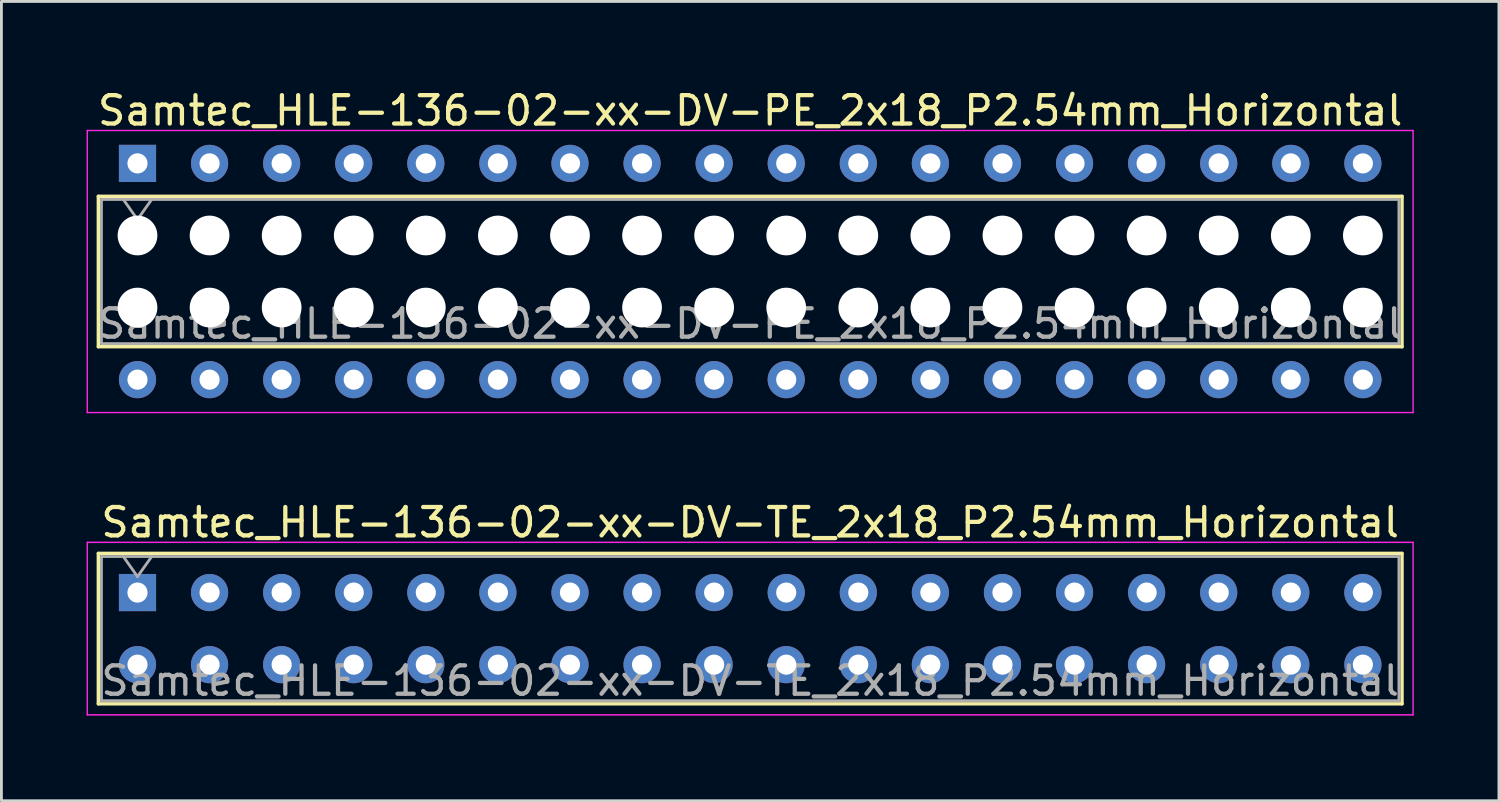
<source format=kicad_pcb>
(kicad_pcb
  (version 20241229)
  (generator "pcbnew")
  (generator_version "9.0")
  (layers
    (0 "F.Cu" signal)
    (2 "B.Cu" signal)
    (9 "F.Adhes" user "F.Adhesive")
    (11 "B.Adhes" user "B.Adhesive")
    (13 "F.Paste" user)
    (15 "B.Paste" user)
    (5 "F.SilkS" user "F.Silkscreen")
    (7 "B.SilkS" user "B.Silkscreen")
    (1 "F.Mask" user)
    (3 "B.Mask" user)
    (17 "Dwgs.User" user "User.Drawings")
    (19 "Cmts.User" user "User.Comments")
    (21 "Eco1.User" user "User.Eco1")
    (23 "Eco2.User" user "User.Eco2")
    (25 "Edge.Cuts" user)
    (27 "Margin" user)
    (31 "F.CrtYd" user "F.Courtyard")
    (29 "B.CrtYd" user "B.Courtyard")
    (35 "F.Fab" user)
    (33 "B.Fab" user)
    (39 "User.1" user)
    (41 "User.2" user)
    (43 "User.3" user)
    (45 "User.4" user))
  (footprint "Samtec_HLE-136-02-xx-DV-PE_2x18_P2.54mm_Horizontal"
    (layer "F.Cu")
    (at 1.795 2.708)
    (property "Reference" "Samtec_HLE-136-02-xx-DV-PE_2x18_P2.54mm_Horizontal" (at 21.59 -1.86 0) (layer "F.SilkS") (effects (font (size 1 1) (thickness 0.15))))
    (attr through_hole)
    (fp_line (start -1.38 1.16) (end 44.56 1.16) (stroke (width 0.12) (type solid)) (layer "F.SilkS"))
    (fp_line (start -1.38 6.46) (end -1.38 1.16) (stroke (width 0.12) (type solid)) (layer "F.SilkS"))
    (fp_line (start 44.56 1.16) (end 44.56 6.46) (stroke (width 0.12) (type solid)) (layer "F.SilkS"))
    (fp_line (start 44.56 6.46) (end -1.38 6.46) (stroke (width 0.12) (type solid)) (layer "F.SilkS"))
    (fp_line (start -1.77 -1.16) (end 44.95 -1.16) (stroke (width 0.05) (type solid)) (layer "F.CrtYd"))
    (fp_line (start -1.77 8.78) (end -1.77 -1.16) (stroke (width 0.05) (type solid)) (layer "F.CrtYd"))
    (fp_line (start 44.95 -1.16) (end 44.95 8.78) (stroke (width 0.05) (type solid)) (layer "F.CrtYd"))
    (fp_line (start 44.95 8.78) (end -1.77 8.78) (stroke (width 0.05) (type solid)) (layer "F.CrtYd"))
    (fp_line (start -1.27 1.27) (end 44.45 1.27) (stroke (width 0.1) (type solid)) (layer "F.Fab"))
    (fp_line (start -1.27 6.35) (end -1.27 1.27) (stroke (width 0.1) (type solid)) (layer "F.Fab"))
    (fp_line (start -0.5 1.27) (end 0 1.977) (stroke (width 0.1) (type solid)) (layer "F.Fab"))
    (fp_line (start 0 1.977) (end 0.5 1.27) (stroke (width 0.1) (type solid)) (layer "F.Fab"))
    (fp_line (start 44.45 1.27) (end 44.45 6.35) (stroke (width 0.1) (type solid)) (layer "F.Fab"))
    (fp_line (start 44.45 6.35) (end -1.27 6.35) (stroke (width 0.1) (type solid)) (layer "F.Fab"))
    (fp_text user "${REFERENCE}" (at 21.59 5.65 0) (layer "F.Fab") (effects (font (size 1 1) (thickness 0.15))))
    (pad "" np_thru_hole circle (at 0 2.54) (size 1.4 1.4) (drill 1.4) (layers "*.Cu" "*.Mask"))
    (pad "" np_thru_hole circle (at 0 5.08) (size 1.4 1.4) (drill 1.4) (layers "*.Cu" "*.Mask"))
    (pad "" np_thru_hole circle (at 2.54 2.54) (size 1.4 1.4) (drill 1.4) (layers "*.Cu" "*.Mask"))
    (pad "" np_thru_hole circle (at 2.54 5.08) (size 1.4 1.4) (drill 1.4) (layers "*.Cu" "*.Mask"))
    (pad "" np_thru_hole circle (at 5.08 2.54) (size 1.4 1.4) (drill 1.4) (layers "*.Cu" "*.Mask"))
    (pad "" np_thru_hole circle (at 5.08 5.08) (size 1.4 1.4) (drill 1.4) (layers "*.Cu" "*.Mask"))
    (pad "" np_thru_hole circle (at 7.62 2.54) (size 1.4 1.4) (drill 1.4) (layers "*.Cu" "*.Mask"))
    (pad "" np_thru_hole circle (at 7.62 5.08) (size 1.4 1.4) (drill 1.4) (layers "*.Cu" "*.Mask"))
    (pad "" np_thru_hole circle (at 10.16 2.54) (size 1.4 1.4) (drill 1.4) (layers "*.Cu" "*.Mask"))
    (pad "" np_thru_hole circle (at 10.16 5.08) (size 1.4 1.4) (drill 1.4) (layers "*.Cu" "*.Mask"))
    (pad "" np_thru_hole circle (at 12.7 2.54) (size 1.4 1.4) (drill 1.4) (layers "*.Cu" "*.Mask"))
    (pad "" np_thru_hole circle (at 12.7 5.08) (size 1.4 1.4) (drill 1.4) (layers "*.Cu" "*.Mask"))
    (pad "" np_thru_hole circle (at 15.24 2.54) (size 1.4 1.4) (drill 1.4) (layers "*.Cu" "*.Mask"))
    (pad "" np_thru_hole circle (at 15.24 5.08) (size 1.4 1.4) (drill 1.4) (layers "*.Cu" "*.Mask"))
    (pad "" np_thru_hole circle (at 17.78 2.54) (size 1.4 1.4) (drill 1.4) (layers "*.Cu" "*.Mask"))
    (pad "" np_thru_hole circle (at 17.78 5.08) (size 1.4 1.4) (drill 1.4) (layers "*.Cu" "*.Mask"))
    (pad "" np_thru_hole circle (at 20.32 2.54) (size 1.4 1.4) (drill 1.4) (layers "*.Cu" "*.Mask"))
    (pad "" np_thru_hole circle (at 20.32 5.08) (size 1.4 1.4) (drill 1.4) (layers "*.Cu" "*.Mask"))
    (pad "" np_thru_hole circle (at 22.86 2.54) (size 1.4 1.4) (drill 1.4) (layers "*.Cu" "*.Mask"))
    (pad "" np_thru_hole circle (at 22.86 5.08) (size 1.4 1.4) (drill 1.4) (layers "*.Cu" "*.Mask"))
    (pad "" np_thru_hole circle (at 25.4 2.54) (size 1.4 1.4) (drill 1.4) (layers "*.Cu" "*.Mask"))
    (pad "" np_thru_hole circle (at 25.4 5.08) (size 1.4 1.4) (drill 1.4) (layers "*.Cu" "*.Mask"))
    (pad "" np_thru_hole circle (at 27.94 2.54) (size 1.4 1.4) (drill 1.4) (layers "*.Cu" "*.Mask"))
    (pad "" np_thru_hole circle (at 27.94 5.08) (size 1.4 1.4) (drill 1.4) (layers "*.Cu" "*.Mask"))
    (pad "" np_thru_hole circle (at 30.48 2.54) (size 1.4 1.4) (drill 1.4) (layers "*.Cu" "*.Mask"))
    (pad "" np_thru_hole circle (at 30.48 5.08) (size 1.4 1.4) (drill 1.4) (layers "*.Cu" "*.Mask"))
    (pad "" np_thru_hole circle (at 33.02 2.54) (size 1.4 1.4) (drill 1.4) (layers "*.Cu" "*.Mask"))
    (pad "" np_thru_hole circle (at 33.02 5.08) (size 1.4 1.4) (drill 1.4) (layers "*.Cu" "*.Mask"))
    (pad "" np_thru_hole circle (at 35.56 2.54) (size 1.4 1.4) (drill 1.4) (layers "*.Cu" "*.Mask"))
    (pad "" np_thru_hole circle (at 35.56 5.08) (size 1.4 1.4) (drill 1.4) (layers "*.Cu" "*.Mask"))
    (pad "" np_thru_hole circle (at 38.1 2.54) (size 1.4 1.4) (drill 1.4) (layers "*.Cu" "*.Mask"))
    (pad "" np_thru_hole circle (at 38.1 5.08) (size 1.4 1.4) (drill 1.4) (layers "*.Cu" "*.Mask"))
    (pad "" np_thru_hole circle (at 40.64 2.54) (size 1.4 1.4) (drill 1.4) (layers "*.Cu" "*.Mask"))
    (pad "" np_thru_hole circle (at 40.64 5.08) (size 1.4 1.4) (drill 1.4) (layers "*.Cu" "*.Mask"))
    (pad "" np_thru_hole circle (at 43.18 2.54) (size 1.4 1.4) (drill 1.4) (layers "*.Cu" "*.Mask"))
    (pad "" np_thru_hole circle (at 43.18 5.08) (size 1.4 1.4) (drill 1.4) (layers "*.Cu" "*.Mask"))
    (pad "1" thru_hole rect (at 0 0) (size 1.31 1.31) (drill 0.71) (layers "*.Cu" "*.Mask"))
    (pad "2" thru_hole circle (at 0 7.62) (size 1.31 1.31) (drill 0.71) (layers "*.Cu" "*.Mask"))
    (pad "3" thru_hole circle (at 2.54 0) (size 1.31 1.31) (drill 0.71) (layers "*.Cu" "*.Mask"))
    (pad "4" thru_hole circle (at 2.54 7.62) (size 1.31 1.31) (drill 0.71) (layers "*.Cu" "*.Mask"))
    (pad "5" thru_hole circle (at 5.08 0) (size 1.31 1.31) (drill 0.71) (layers "*.Cu" "*.Mask"))
    (pad "6" thru_hole circle (at 5.08 7.62) (size 1.31 1.31) (drill 0.71) (layers "*.Cu" "*.Mask"))
    (pad "7" thru_hole circle (at 7.62 0) (size 1.31 1.31) (drill 0.71) (layers "*.Cu" "*.Mask"))
    (pad "8" thru_hole circle (at 7.62 7.62) (size 1.31 1.31) (drill 0.71) (layers "*.Cu" "*.Mask"))
    (pad "9" thru_hole circle (at 10.16 0) (size 1.31 1.31) (drill 0.71) (layers "*.Cu" "*.Mask"))
    (pad "10" thru_hole circle (at 10.16 7.62) (size 1.31 1.31) (drill 0.71) (layers "*.Cu" "*.Mask"))
    (pad "11" thru_hole circle (at 12.7 0) (size 1.31 1.31) (drill 0.71) (layers "*.Cu" "*.Mask"))
    (pad "12" thru_hole circle (at 12.7 7.62) (size 1.31 1.31) (drill 0.71) (layers "*.Cu" "*.Mask"))
    (pad "13" thru_hole circle (at 15.24 0) (size 1.31 1.31) (drill 0.71) (layers "*.Cu" "*.Mask"))
    (pad "14" thru_hole circle (at 15.24 7.62) (size 1.31 1.31) (drill 0.71) (layers "*.Cu" "*.Mask"))
    (pad "15" thru_hole circle (at 17.78 0) (size 1.31 1.31) (drill 0.71) (layers "*.Cu" "*.Mask"))
    (pad "16" thru_hole circle (at 17.78 7.62) (size 1.31 1.31) (drill 0.71) (layers "*.Cu" "*.Mask"))
    (pad "17" thru_hole circle (at 20.32 0) (size 1.31 1.31) (drill 0.71) (layers "*.Cu" "*.Mask"))
    (pad "18" thru_hole circle (at 20.32 7.62) (size 1.31 1.31) (drill 0.71) (layers "*.Cu" "*.Mask"))
    (pad "19" thru_hole circle (at 22.86 0) (size 1.31 1.31) (drill 0.71) (layers "*.Cu" "*.Mask"))
    (pad "20" thru_hole circle (at 22.86 7.62) (size 1.31 1.31) (drill 0.71) (layers "*.Cu" "*.Mask"))
    (pad "21" thru_hole circle (at 25.4 0) (size 1.31 1.31) (drill 0.71) (layers "*.Cu" "*.Mask"))
    (pad "22" thru_hole circle (at 25.4 7.62) (size 1.31 1.31) (drill 0.71) (layers "*.Cu" "*.Mask"))
    (pad "23" thru_hole circle (at 27.94 0) (size 1.31 1.31) (drill 0.71) (layers "*.Cu" "*.Mask"))
    (pad "24" thru_hole circle (at 27.94 7.62) (size 1.31 1.31) (drill 0.71) (layers "*.Cu" "*.Mask"))
    (pad "25" thru_hole circle (at 30.48 0) (size 1.31 1.31) (drill 0.71) (layers "*.Cu" "*.Mask"))
    (pad "26" thru_hole circle (at 30.48 7.62) (size 1.31 1.31) (drill 0.71) (layers "*.Cu" "*.Mask"))
    (pad "27" thru_hole circle (at 33.02 0) (size 1.31 1.31) (drill 0.71) (layers "*.Cu" "*.Mask"))
    (pad "28" thru_hole circle (at 33.02 7.62) (size 1.31 1.31) (drill 0.71) (layers "*.Cu" "*.Mask"))
    (pad "29" thru_hole circle (at 35.56 0) (size 1.31 1.31) (drill 0.71) (layers "*.Cu" "*.Mask"))
    (pad "30" thru_hole circle (at 35.56 7.62) (size 1.31 1.31) (drill 0.71) (layers "*.Cu" "*.Mask"))
    (pad "31" thru_hole circle (at 38.1 0) (size 1.31 1.31) (drill 0.71) (layers "*.Cu" "*.Mask"))
    (pad "32" thru_hole circle (at 38.1 7.62) (size 1.31 1.31) (drill 0.71) (layers "*.Cu" "*.Mask"))
    (pad "33" thru_hole circle (at 40.64 0) (size 1.31 1.31) (drill 0.71) (layers "*.Cu" "*.Mask"))
    (pad "34" thru_hole circle (at 40.64 7.62) (size 1.31 1.31) (drill 0.71) (layers "*.Cu" "*.Mask"))
    (pad "35" thru_hole circle (at 43.18 0) (size 1.31 1.31) (drill 0.71) (layers "*.Cu" "*.Mask"))
    (pad "36" thru_hole circle (at 43.18 7.62) (size 1.31 1.31) (drill 0.71) (layers "*.Cu" "*.Mask")))
  (footprint "Samtec_HLE-136-02-xx-DV-TE_2x18_P2.54mm_Horizontal"
    (layer "F.Cu")
    (at 1.795 17.831)
    (property "Reference" "Samtec_HLE-136-02-xx-DV-TE_2x18_P2.54mm_Horizontal" (at 21.59 -2.47 0) (layer "F.SilkS") (effects (font (size 1 1) (thickness 0.15))))
    (attr through_hole)
    (fp_line (start -1.38 -1.38) (end 44.56 -1.38) (stroke (width 0.12) (type solid)) (layer "F.SilkS"))
    (fp_line (start -1.38 3.92) (end -1.38 -1.38) (stroke (width 0.12) (type solid)) (layer "F.SilkS"))
    (fp_line (start 44.56 -1.38) (end 44.56 3.92) (stroke (width 0.12) (type solid)) (layer "F.SilkS"))
    (fp_line (start 44.56 3.92) (end -1.38 3.92) (stroke (width 0.12) (type solid)) (layer "F.SilkS"))
    (fp_line (start -1.77 -1.77) (end 44.95 -1.77) (stroke (width 0.05) (type solid)) (layer "F.CrtYd"))
    (fp_line (start -1.77 4.31) (end -1.77 -1.77) (stroke (width 0.05) (type solid)) (layer "F.CrtYd"))
    (fp_line (start 44.95 -1.77) (end 44.95 4.31) (stroke (width 0.05) (type solid)) (layer "F.CrtYd"))
    (fp_line (start 44.95 4.31) (end -1.77 4.31) (stroke (width 0.05) (type solid)) (layer "F.CrtYd"))
    (fp_line (start -1.27 -1.27) (end 44.45 -1.27) (stroke (width 0.1) (type solid)) (layer "F.Fab"))
    (fp_line (start -1.27 3.81) (end -1.27 -1.27) (stroke (width 0.1) (type solid)) (layer "F.Fab"))
    (fp_line (start -0.5 -1.27) (end 0 -0.563) (stroke (width 0.1) (type solid)) (layer "F.Fab"))
    (fp_line (start 0 -0.563) (end 0.5 -1.27) (stroke (width 0.1) (type solid)) (layer "F.Fab"))
    (fp_line (start 44.45 -1.27) (end 44.45 3.81) (stroke (width 0.1) (type solid)) (layer "F.Fab"))
    (fp_line (start 44.45 3.81) (end -1.27 3.81) (stroke (width 0.1) (type solid)) (layer "F.Fab"))
    (fp_text user "${REFERENCE}" (at 21.59 3.11 0) (layer "F.Fab") (effects (font (size 1 1) (thickness 0.15))))
    (pad "1" thru_hole rect (at 0 0) (size 1.31 1.31) (drill 0.71) (layers "*.Cu" "*.Mask"))
    (pad "2" thru_hole circle (at 0 2.54) (size 1.31 1.31) (drill 0.71) (layers "*.Cu" "*.Mask"))
    (pad "3" thru_hole circle (at 2.54 0) (size 1.31 1.31) (drill 0.71) (layers "*.Cu" "*.Mask"))
    (pad "4" thru_hole circle (at 2.54 2.54) (size 1.31 1.31) (drill 0.71) (layers "*.Cu" "*.Mask"))
    (pad "5" thru_hole circle (at 5.08 0) (size 1.31 1.31) (drill 0.71) (layers "*.Cu" "*.Mask"))
    (pad "6" thru_hole circle (at 5.08 2.54) (size 1.31 1.31) (drill 0.71) (layers "*.Cu" "*.Mask"))
    (pad "7" thru_hole circle (at 7.62 0) (size 1.31 1.31) (drill 0.71) (layers "*.Cu" "*.Mask"))
    (pad "8" thru_hole circle (at 7.62 2.54) (size 1.31 1.31) (drill 0.71) (layers "*.Cu" "*.Mask"))
    (pad "9" thru_hole circle (at 10.16 0) (size 1.31 1.31) (drill 0.71) (layers "*.Cu" "*.Mask"))
    (pad "10" thru_hole circle (at 10.16 2.54) (size 1.31 1.31) (drill 0.71) (layers "*.Cu" "*.Mask"))
    (pad "11" thru_hole circle (at 12.7 0) (size 1.31 1.31) (drill 0.71) (layers "*.Cu" "*.Mask"))
    (pad "12" thru_hole circle (at 12.7 2.54) (size 1.31 1.31) (drill 0.71) (layers "*.Cu" "*.Mask"))
    (pad "13" thru_hole circle (at 15.24 0) (size 1.31 1.31) (drill 0.71) (layers "*.Cu" "*.Mask"))
    (pad "14" thru_hole circle (at 15.24 2.54) (size 1.31 1.31) (drill 0.71) (layers "*.Cu" "*.Mask"))
    (pad "15" thru_hole circle (at 17.78 0) (size 1.31 1.31) (drill 0.71) (layers "*.Cu" "*.Mask"))
    (pad "16" thru_hole circle (at 17.78 2.54) (size 1.31 1.31) (drill 0.71) (layers "*.Cu" "*.Mask"))
    (pad "17" thru_hole circle (at 20.32 0) (size 1.31 1.31) (drill 0.71) (layers "*.Cu" "*.Mask"))
    (pad "18" thru_hole circle (at 20.32 2.54) (size 1.31 1.31) (drill 0.71) (layers "*.Cu" "*.Mask"))
    (pad "19" thru_hole circle (at 22.86 0) (size 1.31 1.31) (drill 0.71) (layers "*.Cu" "*.Mask"))
    (pad "20" thru_hole circle (at 22.86 2.54) (size 1.31 1.31) (drill 0.71) (layers "*.Cu" "*.Mask"))
    (pad "21" thru_hole circle (at 25.4 0) (size 1.31 1.31) (drill 0.71) (layers "*.Cu" "*.Mask"))
    (pad "22" thru_hole circle (at 25.4 2.54) (size 1.31 1.31) (drill 0.71) (layers "*.Cu" "*.Mask"))
    (pad "23" thru_hole circle (at 27.94 0) (size 1.31 1.31) (drill 0.71) (layers "*.Cu" "*.Mask"))
    (pad "24" thru_hole circle (at 27.94 2.54) (size 1.31 1.31) (drill 0.71) (layers "*.Cu" "*.Mask"))
    (pad "25" thru_hole circle (at 30.48 0) (size 1.31 1.31) (drill 0.71) (layers "*.Cu" "*.Mask"))
    (pad "26" thru_hole circle (at 30.48 2.54) (size 1.31 1.31) (drill 0.71) (layers "*.Cu" "*.Mask"))
    (pad "27" thru_hole circle (at 33.02 0) (size 1.31 1.31) (drill 0.71) (layers "*.Cu" "*.Mask"))
    (pad "28" thru_hole circle (at 33.02 2.54) (size 1.31 1.31) (drill 0.71) (layers "*.Cu" "*.Mask"))
    (pad "29" thru_hole circle (at 35.56 0) (size 1.31 1.31) (drill 0.71) (layers "*.Cu" "*.Mask"))
    (pad "30" thru_hole circle (at 35.56 2.54) (size 1.31 1.31) (drill 0.71) (layers "*.Cu" "*.Mask"))
    (pad "31" thru_hole circle (at 38.1 0) (size 1.31 1.31) (drill 0.71) (layers "*.Cu" "*.Mask"))
    (pad "32" thru_hole circle (at 38.1 2.54) (size 1.31 1.31) (drill 0.71) (layers "*.Cu" "*.Mask"))
    (pad "33" thru_hole circle (at 40.64 0) (size 1.31 1.31) (drill 0.71) (layers "*.Cu" "*.Mask"))
    (pad "34" thru_hole circle (at 40.64 2.54) (size 1.31 1.31) (drill 0.71) (layers "*.Cu" "*.Mask"))
    (pad "35" thru_hole circle (at 43.18 0) (size 1.31 1.31) (drill 0.71) (layers "*.Cu" "*.Mask"))
    (pad "36" thru_hole circle (at 43.18 2.54) (size 1.31 1.31) (drill 0.71) (layers "*.Cu" "*.Mask")))
  (gr_rect
    (start -3 -3)
    (end 49.77 25.166)
    (stroke (width 0.1) (type default))
    (fill no)
    (layer "Edge.Cuts")))
</source>
